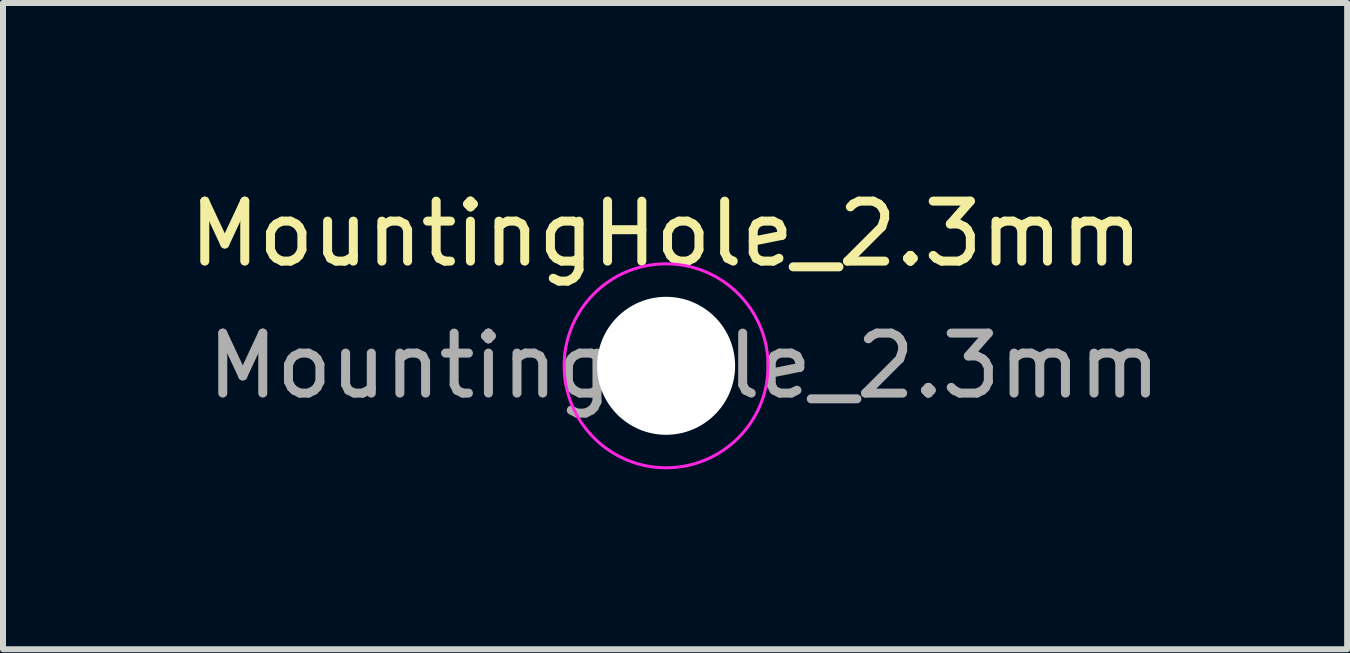
<source format=kicad_pcb>
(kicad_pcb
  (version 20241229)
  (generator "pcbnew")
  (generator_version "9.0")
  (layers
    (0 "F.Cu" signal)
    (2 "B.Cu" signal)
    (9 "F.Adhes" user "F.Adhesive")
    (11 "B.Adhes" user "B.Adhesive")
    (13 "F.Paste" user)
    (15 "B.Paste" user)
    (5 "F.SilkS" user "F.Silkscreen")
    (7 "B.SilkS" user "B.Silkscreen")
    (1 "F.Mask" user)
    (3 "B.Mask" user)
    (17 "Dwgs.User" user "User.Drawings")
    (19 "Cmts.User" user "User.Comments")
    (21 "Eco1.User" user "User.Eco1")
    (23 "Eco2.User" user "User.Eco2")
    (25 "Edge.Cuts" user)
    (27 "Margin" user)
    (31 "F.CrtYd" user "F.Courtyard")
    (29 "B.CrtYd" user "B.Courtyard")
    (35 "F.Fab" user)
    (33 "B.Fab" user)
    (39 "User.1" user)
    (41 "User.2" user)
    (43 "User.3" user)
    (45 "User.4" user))
  (footprint "MountingHole_2.3mm"
    (layer "F.Cu")
    (at 8.054 3.048)
    (property "Reference" "MountingHole_2.3mm" (at 0 -2.2 0) (layer "F.SilkS") (effects (font (size 1 1) (thickness 0.15))))
    (attr exclude_from_pos_files exclude_from_bom)
    (fp_circle (center 0 0) (end 1.7 0) (stroke (width 0.05) (type solid)) (fill no) (layer "F.CrtYd"))
    (fp_text user "${REFERENCE}" (at 0.3 0 0) (layer "F.Fab") (effects (font (size 1 1) (thickness 0.15))))
    (pad "" np_thru_hole circle (at 0 0) (size 2.3 2.3) (drill 2.3) (layers "*.Cu" "*.Mask")))
  (gr_rect
    (start -3 -3)
    (end 19.407 7.773)
    (stroke (width 0.1) (type default))
    (fill no)
    (layer "Edge.Cuts")))
</source>
